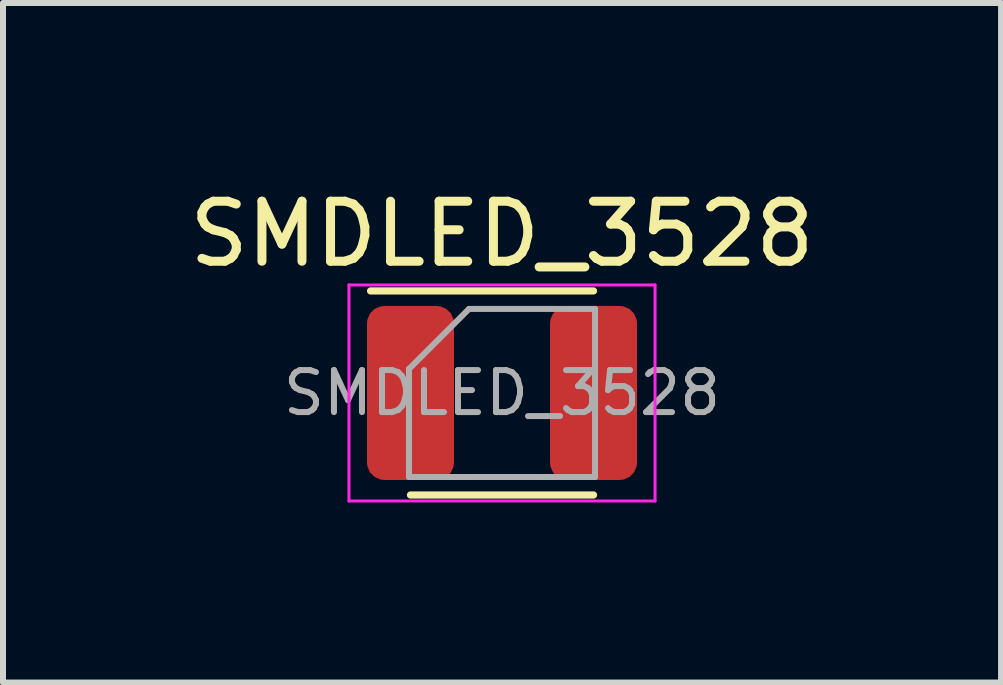
<source format=kicad_pcb>
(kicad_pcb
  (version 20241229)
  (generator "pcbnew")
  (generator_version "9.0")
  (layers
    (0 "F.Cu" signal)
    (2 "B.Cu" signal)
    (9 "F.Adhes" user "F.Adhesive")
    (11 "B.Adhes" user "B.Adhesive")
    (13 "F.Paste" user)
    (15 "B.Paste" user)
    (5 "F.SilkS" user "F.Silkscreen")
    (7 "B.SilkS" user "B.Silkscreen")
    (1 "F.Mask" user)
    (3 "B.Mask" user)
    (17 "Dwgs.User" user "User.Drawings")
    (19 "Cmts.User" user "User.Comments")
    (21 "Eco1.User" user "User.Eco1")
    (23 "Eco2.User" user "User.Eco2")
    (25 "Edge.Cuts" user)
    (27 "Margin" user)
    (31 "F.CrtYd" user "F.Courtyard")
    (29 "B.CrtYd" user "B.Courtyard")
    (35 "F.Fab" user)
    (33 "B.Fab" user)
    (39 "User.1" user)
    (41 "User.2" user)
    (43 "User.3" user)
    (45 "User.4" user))
  (footprint "SMDLED_3528"
    (layer "F.Cu")
    (at 5.315 3.498)
    (property "Reference" "SMDLED_3528" (at 0 -2.65 0) (layer "F.SilkS") (effects (font (size 1 1) (thickness 0.15))))
    (attr smd)
    (fp_line (start -2.19 -1.7) (end 1.525 -1.7) (stroke (width 0.12) (type solid)) (layer "F.SilkS"))
    (fp_line (start -1.525 1.7) (end 1.525 1.7) (stroke (width 0.12) (type solid)) (layer "F.SilkS"))
    (fp_line (start -2.55 -1.8) (end -2.55 1.8) (stroke (width 0.05) (type solid)) (layer "F.CrtYd"))
    (fp_line (start -2.55 1.8) (end 2.55 1.8) (stroke (width 0.05) (type solid)) (layer "F.CrtYd"))
    (fp_line (start 2.55 -1.8) (end -2.55 -1.8) (stroke (width 0.05) (type solid)) (layer "F.CrtYd"))
    (fp_line (start 2.55 1.8) (end 2.55 -1.8) (stroke (width 0.05) (type solid)) (layer "F.CrtYd"))
    (fp_line (start -1.55 -0.4) (end -0.55 -1.4) (stroke (width 0.1) (type solid)) (layer "F.Fab"))
    (fp_line (start -1.55 1.4) (end -1.55 -0.4) (stroke (width 0.1) (type solid)) (layer "F.Fab"))
    (fp_line (start -0.55 -1.4) (end 1.55 -1.4) (stroke (width 0.1) (type solid)) (layer "F.Fab"))
    (fp_line (start 1.55 -1.4) (end 1.55 1.4) (stroke (width 0.1) (type solid)) (layer "F.Fab"))
    (fp_line (start 1.55 1.4) (end -1.55 1.4) (stroke (width 0.1) (type solid)) (layer "F.Fab"))
    (fp_text user "${REFERENCE}" (at 0 0 0) (layer "F.Fab") (effects (font (size 0.7 0.7) (thickness 0.1))))
    (pad "1" smd roundrect (at -1.525 0) (size 1.45 2.9) (layers "F.Cu" "F.Mask" "F.Paste") (roundrect_rratio 0.2))
    (pad "2" smd roundrect (at 1.525 0) (size 1.45 2.9) (layers "F.Cu" "F.Mask" "F.Paste") (roundrect_rratio 0.2)))
  (gr_rect
    (start -3 -3)
    (end 13.631 8.323)
    (stroke (width 0.1) (type default))
    (fill no)
    (layer "Edge.Cuts")))
</source>
